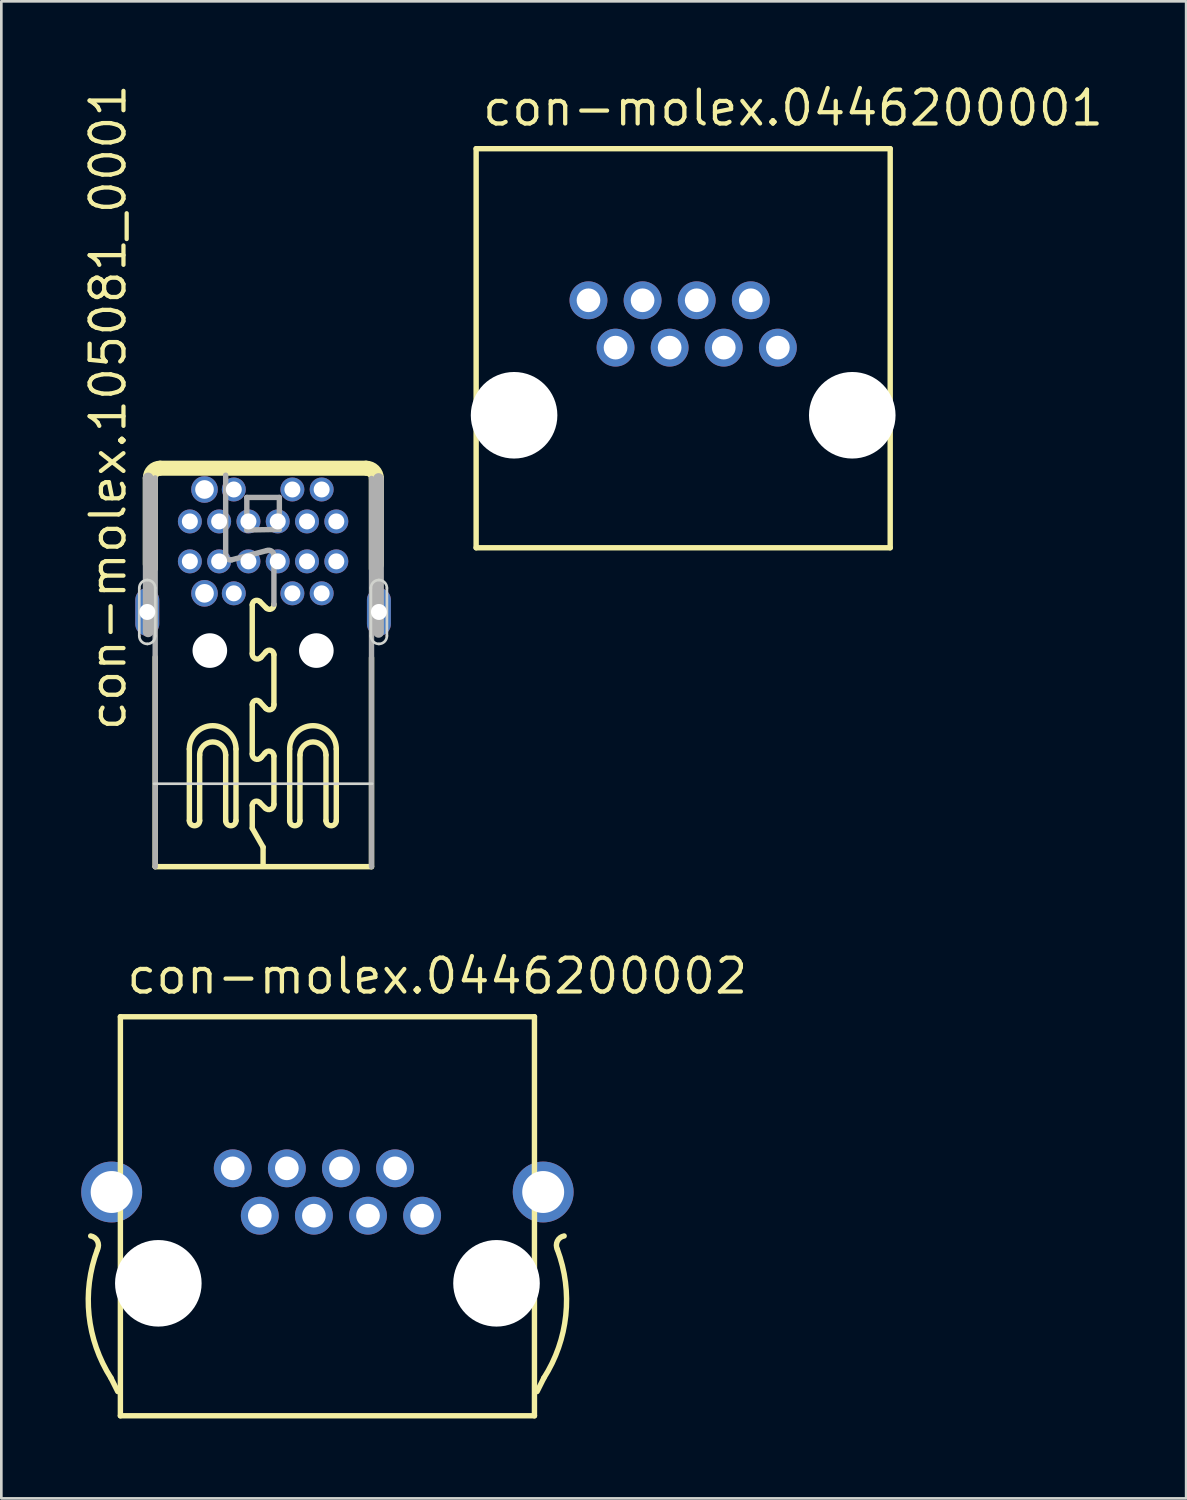
<source format=kicad_pcb>
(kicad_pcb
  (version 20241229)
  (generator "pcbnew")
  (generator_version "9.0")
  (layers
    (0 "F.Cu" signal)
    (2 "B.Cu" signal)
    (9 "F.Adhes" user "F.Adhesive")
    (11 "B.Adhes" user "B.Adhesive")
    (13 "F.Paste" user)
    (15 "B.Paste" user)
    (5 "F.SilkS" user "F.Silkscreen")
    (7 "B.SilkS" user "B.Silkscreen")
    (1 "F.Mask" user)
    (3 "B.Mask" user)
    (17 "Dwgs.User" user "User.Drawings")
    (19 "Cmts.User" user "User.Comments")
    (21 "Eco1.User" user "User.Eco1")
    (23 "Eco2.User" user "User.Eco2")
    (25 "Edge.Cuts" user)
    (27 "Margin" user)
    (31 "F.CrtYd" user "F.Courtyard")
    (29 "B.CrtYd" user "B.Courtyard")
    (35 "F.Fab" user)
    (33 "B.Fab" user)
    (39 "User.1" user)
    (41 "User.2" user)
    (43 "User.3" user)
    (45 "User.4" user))
  (footprint "con-molex.0446200002"
    (layer "F.Cu")
    (at 9.246 45.144)
    (property "Reference" "con-molex.0446200002" (at -7.62 -10.795 0) (layer "F.SilkS") (effects (font (size 1.27 1.27) (thickness 0.16)) (justify left bottom)))
    (attr through_hole)
    (fp_line (start -7.874 4.064) (end -8.128 3.556) (stroke (width 0.203) (type default)) (layer "F.SilkS"))
    (fp_line (start -7.775 -10.011) (end 7.775 -10.011) (stroke (width 0.203) (type default)) (layer "F.SilkS"))
    (fp_line (start -7.775 4.975) (end -7.775 -10.011) (stroke (width 0.203) (type default)) (layer "F.SilkS"))
    (fp_line (start -7.775 4.975) (end 7.775 4.975) (stroke (width 0.203) (type default)) (layer "F.SilkS"))
    (fp_line (start 7.775 4.975) (end 7.775 -10.011) (stroke (width 0.203) (type default)) (layer "F.SilkS"))
    (fp_line (start 7.874 4.064) (end 8.128 3.556) (stroke (width 0.203) (type default)) (layer "F.SilkS"))
    (fp_arc (start -8.89 -1.778) (mid -8.636 -1.5875) (end -8.636 -1.27) (stroke (width 0.2032) (type default)) (layer "F.SilkS"))
    (fp_arc (start -8.128 3.556) (mid -8.951632 1.202961) (end -8.636 -1.27) (stroke (width 0.2032) (type default)) (layer "F.SilkS"))
    (fp_arc (start 8.636 -1.27) (mid 8.951632 1.202961) (end 8.128 3.556) (stroke (width 0.2032) (type default)) (layer "F.SilkS"))
    (fp_arc (start 8.636 -1.27) (mid 8.636 -1.5875) (end 8.89 -1.778) (stroke (width 0.2032) (type default)) (layer "F.SilkS"))
    (pad "" np_thru_hole circle (at -6.35 0) (size 3.251 3.251) (drill 3.251) (layers "*.Cu" "*.Mask"))
    (pad "" np_thru_hole circle (at 6.35 0) (size 3.251 3.251) (drill 3.251) (layers "*.Cu" "*.Mask"))
    (pad "1" thru_hole circle (at 3.556 -2.54) (size 1.422 1.422) (drill 0.889) (layers "*.Cu" "*.Mask"))
    (pad "2" thru_hole circle (at 2.54 -4.318) (size 1.422 1.422) (drill 0.889) (layers "*.Cu" "*.Mask"))
    (pad "3" thru_hole circle (at 1.524 -2.54) (size 1.422 1.422) (drill 0.889) (layers "*.Cu" "*.Mask"))
    (pad "4" thru_hole circle (at 0.508 -4.318) (size 1.422 1.422) (drill 0.889) (layers "*.Cu" "*.Mask"))
    (pad "5" thru_hole circle (at -0.508 -2.54) (size 1.422 1.422) (drill 0.889) (layers "*.Cu" "*.Mask"))
    (pad "6" thru_hole circle (at -1.524 -4.318) (size 1.422 1.422) (drill 0.889) (layers "*.Cu" "*.Mask"))
    (pad "7" thru_hole circle (at -2.54 -2.54) (size 1.422 1.422) (drill 0.889) (layers "*.Cu" "*.Mask"))
    (pad "8" thru_hole circle (at -3.556 -4.318) (size 1.422 1.422) (drill 0.889) (layers "*.Cu" "*.Mask"))
    (pad "S@1" thru_hole circle (at -8.103 -3.429) (size 2.286 2.286) (drill 1.575) (layers "*.Cu" "*.Mask"))
    (pad "S@2" thru_hole circle (at 8.103 -3.429) (size 2.286 2.286) (drill 1.575) (layers "*.Cu" "*.Mask")))
  (footprint "con-molex.0446200001"
    (layer "F.Cu")
    (at 22.606 12.545)
    (property "Reference" "con-molex.0446200001" (at -7.62 -10.795 0) (layer "F.SilkS") (effects (font (size 1.27 1.27) (thickness 0.16)) (justify left bottom)))
    (attr through_hole)
    (fp_line (start -7.775 -10.011) (end 7.775 -10.011) (stroke (width 0.203) (type default)) (layer "F.SilkS"))
    (fp_line (start -7.775 4.975) (end -7.775 -10.011) (stroke (width 0.203) (type default)) (layer "F.SilkS"))
    (fp_line (start -7.775 4.975) (end 7.775 4.975) (stroke (width 0.203) (type default)) (layer "F.SilkS"))
    (fp_line (start 7.775 4.975) (end 7.775 -10.011) (stroke (width 0.203) (type default)) (layer "F.SilkS"))
    (pad "" np_thru_hole circle (at -6.35 0) (size 3.251 3.251) (drill 3.251) (layers "*.Cu" "*.Mask"))
    (pad "" np_thru_hole circle (at 6.35 0) (size 3.251 3.251) (drill 3.251) (layers "*.Cu" "*.Mask"))
    (pad "1" thru_hole circle (at 3.556 -2.54) (size 1.422 1.422) (drill 0.889) (layers "*.Cu" "*.Mask"))
    (pad "2" thru_hole circle (at 2.54 -4.318) (size 1.422 1.422) (drill 0.889) (layers "*.Cu" "*.Mask"))
    (pad "3" thru_hole circle (at 1.524 -2.54) (size 1.422 1.422) (drill 0.889) (layers "*.Cu" "*.Mask"))
    (pad "4" thru_hole circle (at 0.508 -4.318) (size 1.422 1.422) (drill 0.889) (layers "*.Cu" "*.Mask"))
    (pad "5" thru_hole circle (at -0.508 -2.54) (size 1.422 1.422) (drill 0.889) (layers "*.Cu" "*.Mask"))
    (pad "6" thru_hole circle (at -1.524 -4.318) (size 1.422 1.422) (drill 0.889) (layers "*.Cu" "*.Mask"))
    (pad "7" thru_hole circle (at -2.54 -2.54) (size 1.422 1.422) (drill 0.889) (layers "*.Cu" "*.Mask"))
    (pad "8" thru_hole circle (at -3.556 -4.318) (size 1.422 1.422) (drill 0.889) (layers "*.Cu" "*.Mask")))
  (footprint "con-molex.105081_0001"
    (layer "F.Cu")
    (at 6.83 26.382)
    (property "Reference" "con-molex.105081_0001" (at -5.08 -1.905 90) (layer "F.SilkS") (effects (font (size 1.27 1.27) (thickness 0.16)) (justify left bottom)))
    (attr through_hole)
    (fp_line (start -4.317 -8.241) (end -4.317 -11.484) (stroke (width 0.4) (type default)) (layer "F.SilkS"))
    (fp_line (start -4.052 -8.061) (end -4.052 -11.484) (stroke (width 0.203) (type default)) (layer "F.SilkS"))
    (fp_line (start -4.052 3.115) (end -4.052 -4.753) (stroke (width 0.203) (type default)) (layer "F.SilkS"))
    (fp_line (start -4.052 3.115) (end 4.072 3.115) (stroke (width 0.203) (type default)) (layer "F.SilkS"))
    (fp_line (start -3.869 -11.932) (end 3.869 -11.932) (stroke (width 0.4) (type default)) (layer "F.SilkS"))
    (fp_line (start -2.769 1.385) (end -2.769 -1.303) (stroke (width 0.203) (type default)) (layer "F.SilkS"))
    (fp_line (start -2.382 -1.079) (end -2.382 1.385) (stroke (width 0.203) (type default)) (layer "F.SilkS"))
    (fp_line (start -1.405 1.385) (end -1.405 -1.079) (stroke (width 0.203) (type default)) (layer "F.SilkS"))
    (fp_line (start -1.018 -1.303) (end -1.018 1.385) (stroke (width 0.203) (type default)) (layer "F.SilkS"))
    (fp_line (start -0.407 -4.887) (end -0.407 -6.72) (stroke (width 0.203) (type default)) (layer "F.SilkS"))
    (fp_line (start -0.407 -1.12) (end -0.407 -2.973) (stroke (width 0.203) (type default)) (layer "F.SilkS"))
    (fp_line (start -0.407 1.67) (end -0.407 0.815) (stroke (width 0.203) (type default)) (layer "F.SilkS"))
    (fp_line (start -0.122 -6.842) (end 0.122 -6.597) (stroke (width 0.203) (type default)) (layer "F.SilkS"))
    (fp_line (start -0.122 -3.075) (end 0.102 -2.83) (stroke (width 0.203) (type default)) (layer "F.SilkS"))
    (fp_line (start -0.122 0.713) (end 0.081 0.916) (stroke (width 0.203) (type default)) (layer "F.SilkS"))
    (fp_line (start 0 2.382) (end -0.407 1.67) (stroke (width 0.203) (type default)) (layer "F.SilkS"))
    (fp_line (start 0 3.014) (end 0 2.382) (stroke (width 0.203) (type default)) (layer "F.SilkS"))
    (fp_line (start 0.061 -1.14) (end -0.081 -0.977) (stroke (width 0.203) (type default)) (layer "F.SilkS"))
    (fp_line (start 0.102 -4.948) (end -0.081 -4.744) (stroke (width 0.203) (type default)) (layer "F.SilkS"))
    (fp_line (start 0.407 -2.973) (end 0.407 -4.846) (stroke (width 0.203) (type default)) (layer "F.SilkS"))
    (fp_line (start 0.407 0.774) (end 0.407 -1.038) (stroke (width 0.203) (type default)) (layer "F.SilkS"))
    (fp_line (start 0.998 1.385) (end 0.998 -1.303) (stroke (width 0.203) (type default)) (layer "F.SilkS"))
    (fp_line (start 1.385 -1.079) (end 1.385 1.385) (stroke (width 0.203) (type default)) (layer "F.SilkS"))
    (fp_line (start 2.362 1.385) (end 2.362 -1.079) (stroke (width 0.203) (type default)) (layer "F.SilkS"))
    (fp_line (start 2.749 -1.303) (end 2.749 1.385) (stroke (width 0.203) (type default)) (layer "F.SilkS"))
    (fp_line (start 3.869 -11.667) (end -3.869 -11.667) (stroke (width 0.203) (type default)) (layer "F.SilkS"))
    (fp_line (start 4.072 -8.061) (end 4.072 -11.464) (stroke (width 0.203) (type default)) (layer "F.SilkS"))
    (fp_line (start 4.072 3.115) (end 4.072 -4.733) (stroke (width 0.203) (type default)) (layer "F.SilkS"))
    (fp_line (start 4.337 -11.464) (end 4.337 -8.221) (stroke (width 0.4) (type default)) (layer "F.SilkS"))
    (fp_arc (start -4.3167 -11.4842) (mid -4.185513 -11.800913) (end -3.8688 -11.9321) (stroke (width 0.4) (type default)) (layer "F.SilkS"))
    (fp_arc (start -4.052 -11.4842) (mid -3.998342 -11.613742) (end -3.8688 -11.6674) (stroke (width 0.2032) (type default)) (layer "F.SilkS"))
    (fp_arc (start -2.7692 -1.3032) (mid -1.89365 -2.17875) (end -1.0181 -1.3032) (stroke (width 0.2032) (type default)) (layer "F.SilkS"))
    (fp_arc (start -2.3824 -1.0792) (mid -1.8937 -1.5679) (end -1.405 -1.0792) (stroke (width 0.2032) (type default)) (layer "F.SilkS"))
    (fp_arc (start -2.3824 1.3846) (mid -2.5758 1.578) (end -2.7692 1.3846) (stroke (width 0.2032) (type default)) (layer "F.SilkS"))
    (fp_arc (start -1.0181 1.3846) (mid -1.21155 1.57805) (end -1.405 1.3846) (stroke (width 0.2032) (type default)) (layer "F.SilkS"))
    (fp_arc (start -0.4072 -6.7195) (mid -0.304962 -6.874527) (end -0.1222 -6.8416) (stroke (width 0.2032) (type default)) (layer "F.SilkS"))
    (fp_arc (start -0.4072 -2.9729) (mid -0.300569 -3.124218) (end -0.1222 -3.0747) (stroke (width 0.2032) (type default)) (layer "F.SilkS"))
    (fp_arc (start -0.4072 0.8145) (mid -0.300569 0.663182) (end -0.1222 0.7127) (stroke (width 0.2032) (type default)) (layer "F.SilkS"))
    (fp_arc (start -0.0814 -4.7443) (mid -0.29578 -4.697983) (end -0.4072 -4.8869) (stroke (width 0.2032) (type default)) (layer "F.SilkS"))
    (fp_arc (start -0.0814 -0.9774) (mid -0.296516 -0.929268) (end -0.4072 -1.1199) (stroke (width 0.2032) (type default)) (layer "F.SilkS"))
    (fp_arc (start 0.0611 -1.1403) (mid 0.272235 -1.21888) (end 0.4072 -1.0385) (stroke (width 0.2032) (type default)) (layer "F.SilkS"))
    (fp_arc (start 0.1018 -4.948) (mid 0.291187 -5.00716) (end 0.4072 -4.8462) (stroke (width 0.2032) (type default)) (layer "F.SilkS"))
    (fp_arc (start 0.4072 -6.7398) (mid 0.316071 -6.565808) (end 0.1222 -6.5973) (stroke (width 0.2032) (type default)) (layer "F.SilkS"))
    (fp_arc (start 0.4072 -2.9729) (mid 0.306794 -2.789603) (end 0.1018 -2.8303) (stroke (width 0.2032) (type default)) (layer "F.SilkS"))
    (fp_arc (start 0.4072 0.7738) (mid 0.292928 0.95623) (end 0.0814 0.9163) (stroke (width 0.2032) (type default)) (layer "F.SilkS"))
    (fp_arc (start 0.9978 -1.3032) (mid 1.87335 -2.17875) (end 2.7489 -1.3032) (stroke (width 0.2032) (type default)) (layer "F.SilkS"))
    (fp_arc (start 1.3846 -1.0792) (mid 1.8733 -1.5679) (end 2.362 -1.0792) (stroke (width 0.2032) (type default)) (layer "F.SilkS"))
    (fp_arc (start 1.3846 1.3846) (mid 1.1912 1.578) (end 0.9978 1.3846) (stroke (width 0.2032) (type default)) (layer "F.SilkS"))
    (fp_arc (start 2.7489 1.3846) (mid 2.55545 1.57805) (end 2.362 1.3846) (stroke (width 0.2032) (type default)) (layer "F.SilkS"))
    (fp_arc (start 3.8688 -11.9321) (mid 4.199938 -11.794938) (end 4.3371 -11.4638) (stroke (width 0.4) (type default)) (layer "F.SilkS"))
    (fp_arc (start 3.8688 -11.6674) (mid 4.012767 -11.607767) (end 4.0724 -11.4638) (stroke (width 0.2032) (type default)) (layer "F.SilkS"))
    (fp_line (start -4.65 -5.55) (end -4.65 -7.35) (stroke (width 0.1) (type default)) (layer "Edge.Cuts"))
    (fp_line (start -4.095 0) (end 4.095 0) (stroke (width 0.1) (type default)) (layer "Edge.Cuts"))
    (fp_line (start -4.05 -7.35) (end -4.05 -5.55) (stroke (width 0.1) (type default)) (layer "Edge.Cuts"))
    (fp_line (start 4.05 -7.35) (end 4.05 -5.55) (stroke (width 0.1) (type default)) (layer "Edge.Cuts"))
    (fp_line (start 4.65 -5.55) (end 4.65 -7.35) (stroke (width 0.1) (type default)) (layer "Edge.Cuts"))
    (fp_arc (start -4.65 -7.35) (mid -4.562132 -7.562132) (end -4.35 -7.65) (stroke (width 0.1) (type default)) (layer "Edge.Cuts"))
    (fp_arc (start -4.35 -7.65) (mid -4.137868 -7.562132) (end -4.05 -7.35) (stroke (width 0.1) (type default)) (layer "Edge.Cuts"))
    (fp_arc (start -4.35 -5.25) (mid -4.562132 -5.337868) (end -4.65 -5.55) (stroke (width 0.1) (type default)) (layer "Edge.Cuts"))
    (fp_arc (start -4.05 -5.55) (mid -4.137868 -5.337868) (end -4.35 -5.25) (stroke (width 0.1) (type default)) (layer "Edge.Cuts"))
    (fp_arc (start 4.05 -7.35) (mid 4.137868 -7.562132) (end 4.35 -7.65) (stroke (width 0.1) (type default)) (layer "Edge.Cuts"))
    (fp_arc (start 4.35 -7.65) (mid 4.562132 -7.562132) (end 4.65 -7.35) (stroke (width 0.1) (type default)) (layer "Edge.Cuts"))
    (fp_arc (start 4.35 -5.25) (mid 4.137868 -5.337868) (end 4.05 -5.55) (stroke (width 0.1) (type default)) (layer "Edge.Cuts"))
    (fp_arc (start 4.65 -5.55) (mid 4.562132 -5.337868) (end 4.35 -5.25) (stroke (width 0.1) (type default)) (layer "Edge.Cuts"))
    (fp_line (start -4.317 -5.701) (end -4.317 -11.484) (stroke (width 0.4) (type default)) (layer "F.Fab"))
    (fp_line (start -4.052 3.115) (end -4.052 -11.484) (stroke (width 0.203) (type default)) (layer "F.Fab"))
    (fp_line (start -1.405 -8.593) (end -1.405 -11.586) (stroke (width 0.203) (type default)) (layer "F.Fab"))
    (fp_line (start -0.611 -10.751) (end 0.611 -10.751) (stroke (width 0.203) (type default)) (layer "F.Fab"))
    (fp_line (start -0.611 -9.529) (end -0.611 -10.751) (stroke (width 0.203) (type default)) (layer "F.Fab"))
    (fp_line (start 0.142 -8.756) (end -1.181 -8.409) (stroke (width 0.203) (type default)) (layer "F.Fab"))
    (fp_line (start 0.407 -6.74) (end 0.407 -8.572) (stroke (width 0.203) (type default)) (layer "F.Fab"))
    (fp_line (start 0.611 -10.751) (end 0.611 -9.55) (stroke (width 0.203) (type default)) (layer "F.Fab"))
    (fp_line (start 0.611 -9.55) (end -0.611 -9.529) (stroke (width 0.203) (type default)) (layer "F.Fab"))
    (fp_line (start 4.072 3.115) (end 4.072 -11.464) (stroke (width 0.203) (type default)) (layer "F.Fab"))
    (fp_line (start 4.337 -11.464) (end 4.337 -5.681) (stroke (width 0.4) (type default)) (layer "F.Fab"))
    (fp_arc (start -1.181 -8.4095) (mid -1.339638 -8.444156) (end -1.405 -8.5928) (stroke (width 0.2032) (type default)) (layer "F.Fab"))
    (fp_arc (start 0.1425 -8.7557) (mid 0.322863 -8.733385) (end 0.4072 -8.5724) (stroke (width 0.2032) (type default)) (layer "F.Fab"))
    (pad "" np_thru_hole circle (at -2 -5) (size 1.3 1.3) (drill 1.3) (layers "*.Cu" "*.Mask"))
    (pad "" np_thru_hole circle (at 2 -5) (size 1.3 1.3) (drill 1.3) (layers "*.Cu" "*.Mask"))
    (pad "1" thru_hole circle (at 2.2 -11.05) (size 0.9 0.9) (drill 0.6) (layers "*.Cu" "*.Mask"))
    (pad "2" thru_hole circle (at 2.2 -7.15) (size 0.9 0.9) (drill 0.6) (layers "*.Cu" "*.Mask"))
    (pad "3" thru_hole circle (at 2.75 -9.85) (size 0.9 0.9) (drill 0.6) (layers "*.Cu" "*.Mask"))
    (pad "4" thru_hole circle (at 2.75 -8.35) (size 0.9 0.9) (drill 0.6) (layers "*.Cu" "*.Mask"))
    (pad "5" thru_hole circle (at 1.65 -9.85) (size 0.9 0.9) (drill 0.6) (layers "*.Cu" "*.Mask"))
    (pad "6" thru_hole circle (at 1.65 -8.35) (size 0.9 0.9) (drill 0.6) (layers "*.Cu" "*.Mask"))
    (pad "7" thru_hole circle (at 1.1 -11.05) (size 0.9 0.9) (drill 0.6) (layers "*.Cu" "*.Mask"))
    (pad "8" thru_hole circle (at 1.1 -7.15) (size 0.9 0.9) (drill 0.6) (layers "*.Cu" "*.Mask"))
    (pad "9" thru_hole circle (at 0.55 -9.85) (size 0.9 0.9) (drill 0.6) (layers "*.Cu" "*.Mask"))
    (pad "10" thru_hole circle (at 0.55 -8.35) (size 0.9 0.9) (drill 0.6) (layers "*.Cu" "*.Mask"))
    (pad "11" thru_hole circle (at -0.55 -9.85) (size 0.9 0.9) (drill 0.6) (layers "*.Cu" "*.Mask"))
    (pad "12" thru_hole circle (at -0.55 -8.35) (size 0.9 0.9) (drill 0.6) (layers "*.Cu" "*.Mask"))
    (pad "13" thru_hole circle (at -1.1 -11.05) (size 0.9 0.9) (drill 0.6) (layers "*.Cu" "*.Mask"))
    (pad "14" thru_hole circle (at -1.1 -7.15) (size 0.9 0.9) (drill 0.6) (layers "*.Cu" "*.Mask"))
    (pad "15" thru_hole circle (at -1.65 -9.85) (size 0.9 0.9) (drill 0.6) (layers "*.Cu" "*.Mask"))
    (pad "16" thru_hole circle (at -1.65 -8.35) (size 0.9 0.9) (drill 0.6) (layers "*.Cu" "*.Mask"))
    (pad "17" thru_hole circle (at -2.75 -9.85) (size 0.9 0.9) (drill 0.6) (layers "*.Cu" "*.Mask"))
    (pad "18" thru_hole circle (at -2.75 -8.35) (size 0.9 0.9) (drill 0.6) (layers "*.Cu" "*.Mask"))
    (pad "19" thru_hole circle (at -2.2 -11.05) (size 1 1) (drill 0.7) (layers "*.Cu" "*.Mask"))
    (pad "20" thru_hole circle (at -2.2 -7.15) (size 1 1) (drill 0.7) (layers "*.Cu" "*.Mask"))
    (pad "M@1" thru_hole oval (at -4.35 -6.45 90) (size 1.8 0.9) (drill 0.6) (layers "*.Cu" "*.Mask"))
    (pad "M@2" thru_hole oval (at 4.35 -6.45 90) (size 1.8 0.9) (drill 0.6) (layers "*.Cu" "*.Mask")))
  (gr_rect
    (start -3 -3)
    (end 41.495 53.221)
    (stroke (width 0.1) (type default))
    (fill no)
    (layer "Edge.Cuts")))
</source>
